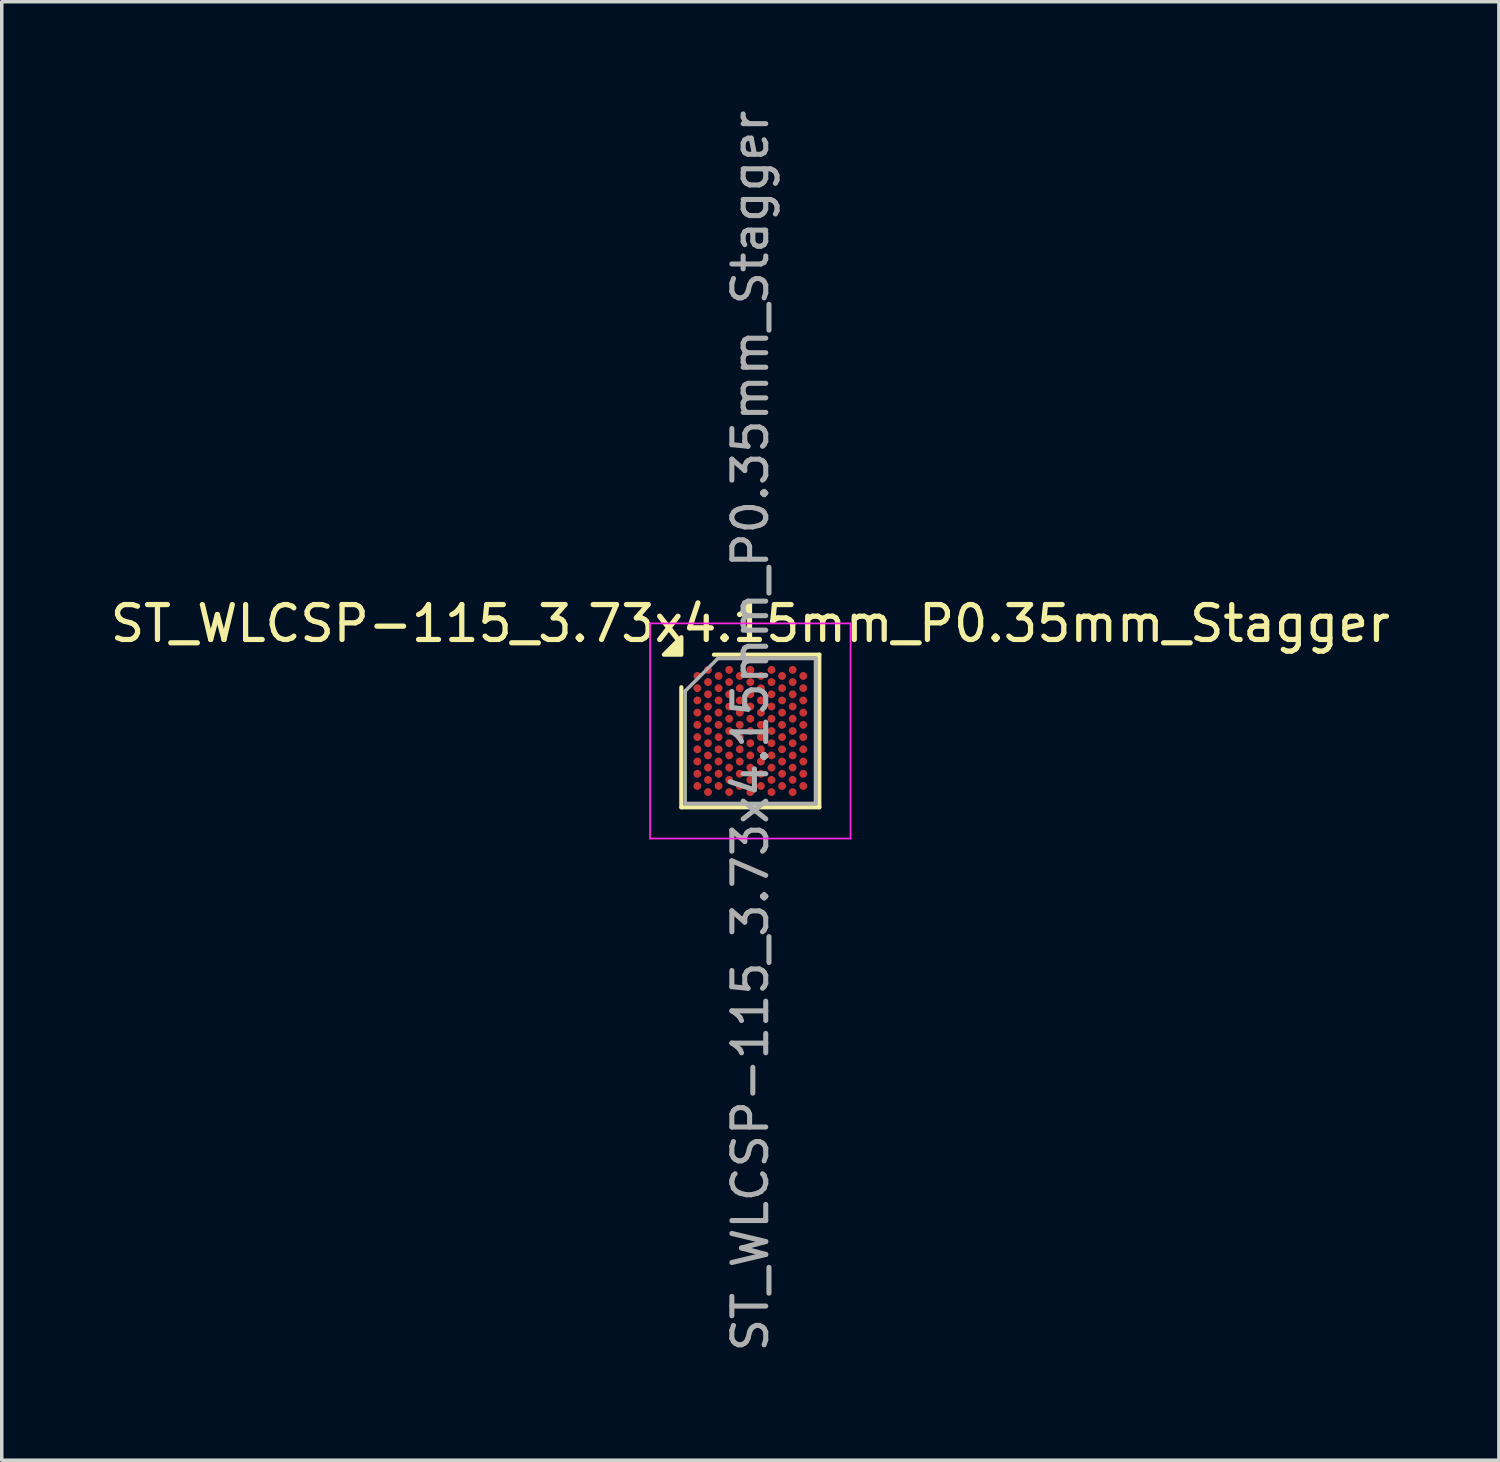
<source format=kicad_pcb>
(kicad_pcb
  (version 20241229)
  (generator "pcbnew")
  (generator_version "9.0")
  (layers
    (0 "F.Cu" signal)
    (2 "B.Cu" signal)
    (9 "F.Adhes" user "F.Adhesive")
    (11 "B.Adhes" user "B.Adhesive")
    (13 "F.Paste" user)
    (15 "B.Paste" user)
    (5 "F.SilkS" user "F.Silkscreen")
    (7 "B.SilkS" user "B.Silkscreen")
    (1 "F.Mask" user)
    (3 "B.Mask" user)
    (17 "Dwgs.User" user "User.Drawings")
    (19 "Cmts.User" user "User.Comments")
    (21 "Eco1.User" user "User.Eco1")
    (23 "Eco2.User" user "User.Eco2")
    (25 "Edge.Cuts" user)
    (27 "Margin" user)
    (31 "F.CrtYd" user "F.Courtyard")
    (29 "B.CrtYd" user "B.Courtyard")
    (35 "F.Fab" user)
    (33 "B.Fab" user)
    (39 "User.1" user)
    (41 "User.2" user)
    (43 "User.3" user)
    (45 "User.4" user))
  (footprint "ST_WLCSP-115_3.73x4.15mm_P0.35mm_Stagger"
    (layer "F.Cu")
    (at 18.435 17.881)
    (property "Reference" "ST_WLCSP-115_3.73x4.15mm_P0.35mm_Stagger" (at 0 -3.075 0) (layer "F.SilkS") (effects (font (size 1 1) (thickness 0.15))))
    (attr smd)
    (fp_line (start -1.975 2.185) (end -1.975 -1.252) (stroke (width 0.12) (type solid)) (layer "F.SilkS"))
    (fp_line (start -1.042 -2.185) (end 1.975 -2.185) (stroke (width 0.12) (type solid)) (layer "F.SilkS"))
    (fp_line (start 1.975 -2.185) (end 1.975 2.185) (stroke (width 0.12) (type solid)) (layer "F.SilkS"))
    (fp_line (start 1.975 2.185) (end -1.975 2.185) (stroke (width 0.12) (type solid)) (layer "F.SilkS"))
    (fp_poly (pts (xy -1.975 -2.185) (xy -2.475 -2.185) (xy -1.975 -2.685) (xy -1.975 -2.185)) (stroke (width 0.12) (type solid)) (fill yes) (layer "F.SilkS"))
    (fp_line (start -2.87 -3.08) (end -2.87 3.08) (stroke (width 0.05) (type solid)) (layer "F.CrtYd"))
    (fp_line (start -2.87 3.08) (end 2.87 3.08) (stroke (width 0.05) (type solid)) (layer "F.CrtYd"))
    (fp_line (start 2.87 -3.08) (end -2.87 -3.08) (stroke (width 0.05) (type solid)) (layer "F.CrtYd"))
    (fp_line (start 2.87 3.08) (end 2.87 -3.08) (stroke (width 0.05) (type solid)) (layer "F.CrtYd"))
    (fp_line (start -1.865 -1.143) (end -0.932 -2.075) (stroke (width 0.1) (type solid)) (layer "F.Fab"))
    (fp_line (start -1.865 2.075) (end -1.865 -1.143) (stroke (width 0.1) (type solid)) (layer "F.Fab"))
    (fp_line (start -0.932 -2.075) (end 1.865 -2.075) (stroke (width 0.1) (type solid)) (layer "F.Fab"))
    (fp_line (start 1.865 -2.075) (end 1.865 2.075) (stroke (width 0.1) (type solid)) (layer "F.Fab"))
    (fp_line (start 1.865 2.075) (end -1.865 2.075) (stroke (width 0.1) (type solid)) (layer "F.Fab"))
    (fp_text user "${REFERENCE}" (at 0 0 270) (layer "F.Fab") (effects (font (size 0.97 0.97) (thickness 0.145))))
    (pad "A2" smd circle (at -1.212 -1.75) (size 0.225 0.225) (property pad_prop_bga) (layers "F.Cu" "F.Mask" "F.Paste"))
    (pad "A4" smd circle (at -0.606 -1.75) (size 0.225 0.225) (property pad_prop_bga) (layers "F.Cu" "F.Mask" "F.Paste"))
    (pad "A6" smd circle (at 0 -1.75) (size 0.225 0.225) (property pad_prop_bga) (layers "F.Cu" "F.Mask" "F.Paste"))
    (pad "A8" smd circle (at 0.606 -1.75) (size 0.225 0.225) (property pad_prop_bga) (layers "F.Cu" "F.Mask" "F.Paste"))
    (pad "A10" smd circle (at 1.212 -1.75) (size 0.225 0.225) (property pad_prop_bga) (layers "F.Cu" "F.Mask" "F.Paste"))
    (pad "AA2" smd circle (at -1.212 1.75) (size 0.225 0.225) (property pad_prop_bga) (layers "F.Cu" "F.Mask" "F.Paste"))
    (pad "AA4" smd circle (at -0.606 1.75) (size 0.225 0.225) (property pad_prop_bga) (layers "F.Cu" "F.Mask" "F.Paste"))
    (pad "AA6" smd circle (at 0 1.75) (size 0.225 0.225) (property pad_prop_bga) (layers "F.Cu" "F.Mask" "F.Paste"))
    (pad "AA8" smd circle (at 0.606 1.75) (size 0.225 0.225) (property pad_prop_bga) (layers "F.Cu" "F.Mask" "F.Paste"))
    (pad "AA10" smd circle (at 1.212 1.75) (size 0.225 0.225) (property pad_prop_bga) (layers "F.Cu" "F.Mask" "F.Paste"))
    (pad "B1" smd circle (at -1.516 -1.575) (size 0.225 0.225) (property pad_prop_bga) (layers "F.Cu" "F.Mask" "F.Paste"))
    (pad "B3" smd circle (at -0.909 -1.575) (size 0.225 0.225) (property pad_prop_bga) (layers "F.Cu" "F.Mask" "F.Paste"))
    (pad "B5" smd circle (at -0.303 -1.575) (size 0.225 0.225) (property pad_prop_bga) (layers "F.Cu" "F.Mask" "F.Paste"))
    (pad "B7" smd circle (at 0.303 -1.575) (size 0.225 0.225) (property pad_prop_bga) (layers "F.Cu" "F.Mask" "F.Paste"))
    (pad "B9" smd circle (at 0.909 -1.575) (size 0.225 0.225) (property pad_prop_bga) (layers "F.Cu" "F.Mask" "F.Paste"))
    (pad "B11" smd circle (at 1.516 -1.575) (size 0.225 0.225) (property pad_prop_bga) (layers "F.Cu" "F.Mask" "F.Paste"))
    (pad "C2" smd circle (at -1.212 -1.4) (size 0.225 0.225) (property pad_prop_bga) (layers "F.Cu" "F.Mask" "F.Paste"))
    (pad "C4" smd circle (at -0.606 -1.4) (size 0.225 0.225) (property pad_prop_bga) (layers "F.Cu" "F.Mask" "F.Paste"))
    (pad "C6" smd circle (at 0 -1.4) (size 0.225 0.225) (property pad_prop_bga) (layers "F.Cu" "F.Mask" "F.Paste"))
    (pad "C8" smd circle (at 0.606 -1.4) (size 0.225 0.225) (property pad_prop_bga) (layers "F.Cu" "F.Mask" "F.Paste"))
    (pad "C10" smd circle (at 1.212 -1.4) (size 0.225 0.225) (property pad_prop_bga) (layers "F.Cu" "F.Mask" "F.Paste"))
    (pad "D1" smd circle (at -1.516 -1.225) (size 0.225 0.225) (property pad_prop_bga) (layers "F.Cu" "F.Mask" "F.Paste"))
    (pad "D3" smd circle (at -0.909 -1.225) (size 0.225 0.225) (property pad_prop_bga) (layers "F.Cu" "F.Mask" "F.Paste"))
    (pad "D5" smd circle (at -0.303 -1.225) (size 0.225 0.225) (property pad_prop_bga) (layers "F.Cu" "F.Mask" "F.Paste"))
    (pad "D7" smd circle (at 0.303 -1.225) (size 0.225 0.225) (property pad_prop_bga) (layers "F.Cu" "F.Mask" "F.Paste"))
    (pad "D9" smd circle (at 0.909 -1.225) (size 0.225 0.225) (property pad_prop_bga) (layers "F.Cu" "F.Mask" "F.Paste"))
    (pad "D11" smd circle (at 1.516 -1.225) (size 0.225 0.225) (property pad_prop_bga) (layers "F.Cu" "F.Mask" "F.Paste"))
    (pad "E2" smd circle (at -1.212 -1.05) (size 0.225 0.225) (property pad_prop_bga) (layers "F.Cu" "F.Mask" "F.Paste"))
    (pad "E4" smd circle (at -0.606 -1.05) (size 0.225 0.225) (property pad_prop_bga) (layers "F.Cu" "F.Mask" "F.Paste"))
    (pad "E6" smd circle (at 0 -1.05) (size 0.225 0.225) (property pad_prop_bga) (layers "F.Cu" "F.Mask" "F.Paste"))
    (pad "E8" smd circle (at 0.606 -1.05) (size 0.225 0.225) (property pad_prop_bga) (layers "F.Cu" "F.Mask" "F.Paste"))
    (pad "E10" smd circle (at 1.212 -1.05) (size 0.225 0.225) (property pad_prop_bga) (layers "F.Cu" "F.Mask" "F.Paste"))
    (pad "F1" smd circle (at -1.516 -0.875) (size 0.225 0.225) (property pad_prop_bga) (layers "F.Cu" "F.Mask" "F.Paste"))
    (pad "F3" smd circle (at -0.909 -0.875) (size 0.225 0.225) (property pad_prop_bga) (layers "F.Cu" "F.Mask" "F.Paste"))
    (pad "F5" smd circle (at -0.303 -0.875) (size 0.225 0.225) (property pad_prop_bga) (layers "F.Cu" "F.Mask" "F.Paste"))
    (pad "F7" smd circle (at 0.303 -0.875) (size 0.225 0.225) (property pad_prop_bga) (layers "F.Cu" "F.Mask" "F.Paste"))
    (pad "F9" smd circle (at 0.909 -0.875) (size 0.225 0.225) (property pad_prop_bga) (layers "F.Cu" "F.Mask" "F.Paste"))
    (pad "F11" smd circle (at 1.516 -0.875) (size 0.225 0.225) (property pad_prop_bga) (layers "F.Cu" "F.Mask" "F.Paste"))
    (pad "G2" smd circle (at -1.212 -0.7) (size 0.225 0.225) (property pad_prop_bga) (layers "F.Cu" "F.Mask" "F.Paste"))
    (pad "G4" smd circle (at -0.606 -0.7) (size 0.225 0.225) (property pad_prop_bga) (layers "F.Cu" "F.Mask" "F.Paste"))
    (pad "G6" smd circle (at 0 -0.7) (size 0.225 0.225) (property pad_prop_bga) (layers "F.Cu" "F.Mask" "F.Paste"))
    (pad "G8" smd circle (at 0.606 -0.7) (size 0.225 0.225) (property pad_prop_bga) (layers "F.Cu" "F.Mask" "F.Paste"))
    (pad "G10" smd circle (at 1.212 -0.7) (size 0.225 0.225) (property pad_prop_bga) (layers "F.Cu" "F.Mask" "F.Paste"))
    (pad "H1" smd circle (at -1.516 -0.525) (size 0.225 0.225) (property pad_prop_bga) (layers "F.Cu" "F.Mask" "F.Paste"))
    (pad "H3" smd circle (at -0.909 -0.525) (size 0.225 0.225) (property pad_prop_bga) (layers "F.Cu" "F.Mask" "F.Paste"))
    (pad "H5" smd circle (at -0.303 -0.525) (size 0.225 0.225) (property pad_prop_bga) (layers "F.Cu" "F.Mask" "F.Paste"))
    (pad "H7" smd circle (at 0.303 -0.525) (size 0.225 0.225) (property pad_prop_bga) (layers "F.Cu" "F.Mask" "F.Paste"))
    (pad "H9" smd circle (at 0.909 -0.525) (size 0.225 0.225) (property pad_prop_bga) (layers "F.Cu" "F.Mask" "F.Paste"))
    (pad "H11" smd circle (at 1.516 -0.525) (size 0.225 0.225) (property pad_prop_bga) (layers "F.Cu" "F.Mask" "F.Paste"))
    (pad "J2" smd circle (at -1.212 -0.35) (size 0.225 0.225) (property pad_prop_bga) (layers "F.Cu" "F.Mask" "F.Paste"))
    (pad "J4" smd circle (at -0.606 -0.35) (size 0.225 0.225) (property pad_prop_bga) (layers "F.Cu" "F.Mask" "F.Paste"))
    (pad "J6" smd circle (at 0 -0.35) (size 0.225 0.225) (property pad_prop_bga) (layers "F.Cu" "F.Mask" "F.Paste"))
    (pad "J8" smd circle (at 0.606 -0.35) (size 0.225 0.225) (property pad_prop_bga) (layers "F.Cu" "F.Mask" "F.Paste"))
    (pad "J10" smd circle (at 1.212 -0.35) (size 0.225 0.225) (property pad_prop_bga) (layers "F.Cu" "F.Mask" "F.Paste"))
    (pad "K1" smd circle (at -1.516 -0.175) (size 0.225 0.225) (property pad_prop_bga) (layers "F.Cu" "F.Mask" "F.Paste"))
    (pad "K3" smd circle (at -0.909 -0.175) (size 0.225 0.225) (property pad_prop_bga) (layers "F.Cu" "F.Mask" "F.Paste"))
    (pad "K5" smd circle (at -0.303 -0.175) (size 0.225 0.225) (property pad_prop_bga) (layers "F.Cu" "F.Mask" "F.Paste"))
    (pad "K7" smd circle (at 0.303 -0.175) (size 0.225 0.225) (property pad_prop_bga) (layers "F.Cu" "F.Mask" "F.Paste"))
    (pad "K9" smd circle (at 0.909 -0.175) (size 0.225 0.225) (property pad_prop_bga) (layers "F.Cu" "F.Mask" "F.Paste"))
    (pad "K11" smd circle (at 1.516 -0.175) (size 0.225 0.225) (property pad_prop_bga) (layers "F.Cu" "F.Mask" "F.Paste"))
    (pad "L2" smd circle (at -1.212 0) (size 0.225 0.225) (property pad_prop_bga) (layers "F.Cu" "F.Mask" "F.Paste"))
    (pad "L4" smd circle (at -0.606 0) (size 0.225 0.225) (property pad_prop_bga) (layers "F.Cu" "F.Mask" "F.Paste"))
    (pad "L6" smd circle (at 0 0) (size 0.225 0.225) (property pad_prop_bga) (layers "F.Cu" "F.Mask" "F.Paste"))
    (pad "L8" smd circle (at 0.606 0) (size 0.225 0.225) (property pad_prop_bga) (layers "F.Cu" "F.Mask" "F.Paste"))
    (pad "L10" smd circle (at 1.212 0) (size 0.225 0.225) (property pad_prop_bga) (layers "F.Cu" "F.Mask" "F.Paste"))
    (pad "M1" smd circle (at -1.516 0.175) (size 0.225 0.225) (property pad_prop_bga) (layers "F.Cu" "F.Mask" "F.Paste"))
    (pad "M3" smd circle (at -0.909 0.175) (size 0.225 0.225) (property pad_prop_bga) (layers "F.Cu" "F.Mask" "F.Paste"))
    (pad "M5" smd circle (at -0.303 0.175) (size 0.225 0.225) (property pad_prop_bga) (layers "F.Cu" "F.Mask" "F.Paste"))
    (pad "M7" smd circle (at 0.303 0.175) (size 0.225 0.225) (property pad_prop_bga) (layers "F.Cu" "F.Mask" "F.Paste"))
    (pad "M9" smd circle (at 0.909 0.175) (size 0.225 0.225) (property pad_prop_bga) (layers "F.Cu" "F.Mask" "F.Paste"))
    (pad "M11" smd circle (at 1.516 0.175) (size 0.225 0.225) (property pad_prop_bga) (layers "F.Cu" "F.Mask" "F.Paste"))
    (pad "N2" smd circle (at -1.212 0.35) (size 0.225 0.225) (property pad_prop_bga) (layers "F.Cu" "F.Mask" "F.Paste"))
    (pad "N4" smd circle (at -0.606 0.35) (size 0.225 0.225) (property pad_prop_bga) (layers "F.Cu" "F.Mask" "F.Paste"))
    (pad "N6" smd circle (at 0 0.35) (size 0.225 0.225) (property pad_prop_bga) (layers "F.Cu" "F.Mask" "F.Paste"))
    (pad "N8" smd circle (at 0.606 0.35) (size 0.225 0.225) (property pad_prop_bga) (layers "F.Cu" "F.Mask" "F.Paste"))
    (pad "N10" smd circle (at 1.212 0.35) (size 0.225 0.225) (property pad_prop_bga) (layers "F.Cu" "F.Mask" "F.Paste"))
    (pad "P1" smd circle (at -1.516 0.525) (size 0.225 0.225) (property pad_prop_bga) (layers "F.Cu" "F.Mask" "F.Paste"))
    (pad "P3" smd circle (at -0.909 0.525) (size 0.225 0.225) (property pad_prop_bga) (layers "F.Cu" "F.Mask" "F.Paste"))
    (pad "P5" smd circle (at -0.303 0.525) (size 0.225 0.225) (property pad_prop_bga) (layers "F.Cu" "F.Mask" "F.Paste"))
    (pad "P7" smd circle (at 0.303 0.525) (size 0.225 0.225) (property pad_prop_bga) (layers "F.Cu" "F.Mask" "F.Paste"))
    (pad "P9" smd circle (at 0.909 0.525) (size 0.225 0.225) (property pad_prop_bga) (layers "F.Cu" "F.Mask" "F.Paste"))
    (pad "P11" smd circle (at 1.516 0.525) (size 0.225 0.225) (property pad_prop_bga) (layers "F.Cu" "F.Mask" "F.Paste"))
    (pad "R2" smd circle (at -1.212 0.7) (size 0.225 0.225) (property pad_prop_bga) (layers "F.Cu" "F.Mask" "F.Paste"))
    (pad "R4" smd circle (at -0.606 0.7) (size 0.225 0.225) (property pad_prop_bga) (layers "F.Cu" "F.Mask" "F.Paste"))
    (pad "R6" smd circle (at 0 0.7) (size 0.225 0.225) (property pad_prop_bga) (layers "F.Cu" "F.Mask" "F.Paste"))
    (pad "R8" smd circle (at 0.606 0.7) (size 0.225 0.225) (property pad_prop_bga) (layers "F.Cu" "F.Mask" "F.Paste"))
    (pad "R10" smd circle (at 1.212 0.7) (size 0.225 0.225) (property pad_prop_bga) (layers "F.Cu" "F.Mask" "F.Paste"))
    (pad "T1" smd circle (at -1.516 0.875) (size 0.225 0.225) (property pad_prop_bga) (layers "F.Cu" "F.Mask" "F.Paste"))
    (pad "T3" smd circle (at -0.909 0.875) (size 0.225 0.225) (property pad_prop_bga) (layers "F.Cu" "F.Mask" "F.Paste"))
    (pad "T5" smd circle (at -0.303 0.875) (size 0.225 0.225) (property pad_prop_bga) (layers "F.Cu" "F.Mask" "F.Paste"))
    (pad "T7" smd circle (at 0.303 0.875) (size 0.225 0.225) (property pad_prop_bga) (layers "F.Cu" "F.Mask" "F.Paste"))
    (pad "T9" smd circle (at 0.909 0.875) (size 0.225 0.225) (property pad_prop_bga) (layers "F.Cu" "F.Mask" "F.Paste"))
    (pad "T11" smd circle (at 1.516 0.875) (size 0.225 0.225) (property pad_prop_bga) (layers "F.Cu" "F.Mask" "F.Paste"))
    (pad "U2" smd circle (at -1.212 1.05) (size 0.225 0.225) (property pad_prop_bga) (layers "F.Cu" "F.Mask" "F.Paste"))
    (pad "U4" smd circle (at -0.606 1.05) (size 0.225 0.225) (property pad_prop_bga) (layers "F.Cu" "F.Mask" "F.Paste"))
    (pad "U6" smd circle (at 0 1.05) (size 0.225 0.225) (property pad_prop_bga) (layers "F.Cu" "F.Mask" "F.Paste"))
    (pad "U8" smd circle (at 0.606 1.05) (size 0.225 0.225) (property pad_prop_bga) (layers "F.Cu" "F.Mask" "F.Paste"))
    (pad "U10" smd circle (at 1.212 1.05) (size 0.225 0.225) (property pad_prop_bga) (layers "F.Cu" "F.Mask" "F.Paste"))
    (pad "V1" smd circle (at -1.516 1.225) (size 0.225 0.225) (property pad_prop_bga) (layers "F.Cu" "F.Mask" "F.Paste"))
    (pad "V3" smd circle (at -0.909 1.225) (size 0.225 0.225) (property pad_prop_bga) (layers "F.Cu" "F.Mask" "F.Paste"))
    (pad "V5" smd circle (at -0.303 1.225) (size 0.225 0.225) (property pad_prop_bga) (layers "F.Cu" "F.Mask" "F.Paste"))
    (pad "V7" smd circle (at 0.303 1.225) (size 0.225 0.225) (property pad_prop_bga) (layers "F.Cu" "F.Mask" "F.Paste"))
    (pad "V9" smd circle (at 0.909 1.225) (size 0.225 0.225) (property pad_prop_bga) (layers "F.Cu" "F.Mask" "F.Paste"))
    (pad "V11" smd circle (at 1.516 1.225) (size 0.225 0.225) (property pad_prop_bga) (layers "F.Cu" "F.Mask" "F.Paste"))
    (pad "W2" smd circle (at -1.212 1.4) (size 0.225 0.225) (property pad_prop_bga) (layers "F.Cu" "F.Mask" "F.Paste"))
    (pad "W4" smd circle (at -0.606 1.4) (size 0.225 0.225) (property pad_prop_bga) (layers "F.Cu" "F.Mask" "F.Paste"))
    (pad "W6" smd circle (at 0 1.4) (size 0.225 0.225) (property pad_prop_bga) (layers "F.Cu" "F.Mask" "F.Paste"))
    (pad "W8" smd circle (at 0.606 1.4) (size 0.225 0.225) (property pad_prop_bga) (layers "F.Cu" "F.Mask" "F.Paste"))
    (pad "W10" smd circle (at 1.212 1.4) (size 0.225 0.225) (property pad_prop_bga) (layers "F.Cu" "F.Mask" "F.Paste"))
    (pad "Y1" smd circle (at -1.516 1.575) (size 0.225 0.225) (property pad_prop_bga) (layers "F.Cu" "F.Mask" "F.Paste"))
    (pad "Y3" smd circle (at -0.909 1.575) (size 0.225 0.225) (property pad_prop_bga) (layers "F.Cu" "F.Mask" "F.Paste"))
    (pad "Y5" smd circle (at -0.303 1.575) (size 0.225 0.225) (property pad_prop_bga) (layers "F.Cu" "F.Mask" "F.Paste"))
    (pad "Y7" smd circle (at 0.303 1.575) (size 0.225 0.225) (property pad_prop_bga) (layers "F.Cu" "F.Mask" "F.Paste"))
    (pad "Y9" smd circle (at 0.909 1.575) (size 0.225 0.225) (property pad_prop_bga) (layers "F.Cu" "F.Mask" "F.Paste"))
    (pad "Y11" smd circle (at 1.516 1.575) (size 0.225 0.225) (property pad_prop_bga) (layers "F.Cu" "F.Mask" "F.Paste")))
  (gr_rect
    (start -3 -3)
    (end 39.869 38.763)
    (stroke (width 0.1) (type default))
    (fill no)
    (layer "Edge.Cuts")))
</source>
